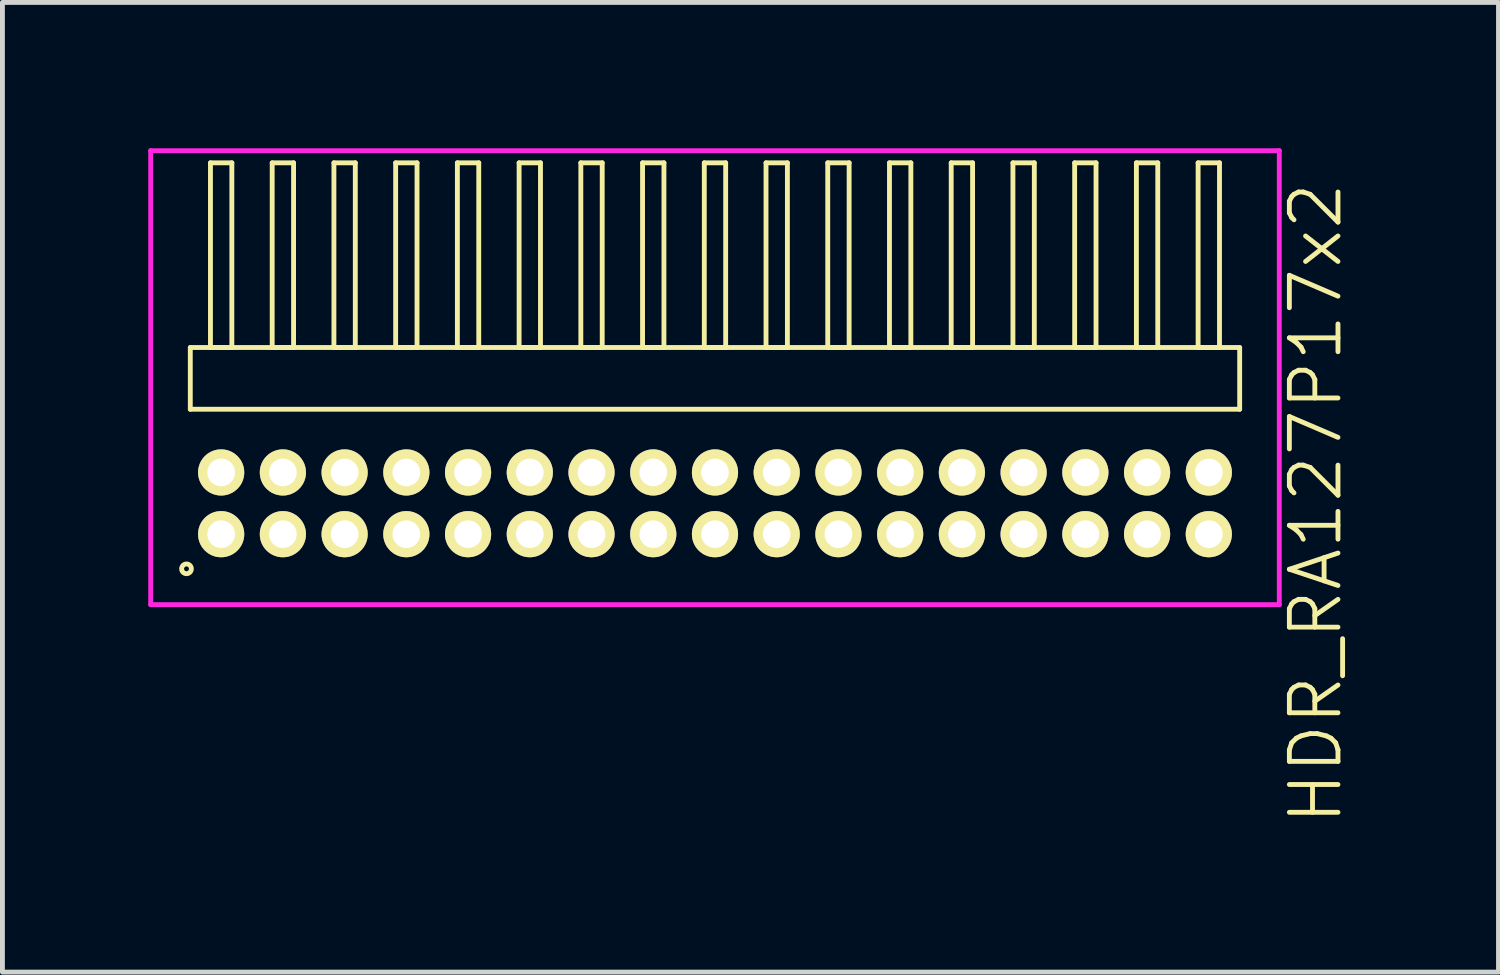
<source format=kicad_pcb>
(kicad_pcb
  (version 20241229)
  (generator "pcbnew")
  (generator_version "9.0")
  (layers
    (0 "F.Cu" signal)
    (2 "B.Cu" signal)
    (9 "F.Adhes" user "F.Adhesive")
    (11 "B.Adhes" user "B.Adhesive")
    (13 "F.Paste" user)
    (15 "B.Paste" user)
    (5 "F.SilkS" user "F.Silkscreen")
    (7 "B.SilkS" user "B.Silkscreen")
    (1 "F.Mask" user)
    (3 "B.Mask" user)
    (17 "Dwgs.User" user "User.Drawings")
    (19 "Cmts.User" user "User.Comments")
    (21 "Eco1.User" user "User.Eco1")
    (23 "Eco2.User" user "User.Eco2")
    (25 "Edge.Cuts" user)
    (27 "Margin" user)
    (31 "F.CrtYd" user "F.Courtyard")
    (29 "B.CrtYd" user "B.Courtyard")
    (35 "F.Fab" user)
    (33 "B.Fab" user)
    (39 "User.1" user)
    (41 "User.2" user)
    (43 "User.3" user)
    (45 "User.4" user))
  (footprint "HDR_RA127P17x2"
    (layer "F.Cu")
    (at 11.66 7.305)
    (property "Reference" "HDR_RA127P17x2" (at 12.36 0 90) (layer "F.SilkS") (effects (font (size 1 1) (thickness 0.1))))
    (attr through_hole)
    (fp_line (start -10.795 -3.205) (end -10.795 -1.935) (stroke (width 0.1) (type solid)) (layer "F.SilkS"))
    (fp_line (start -10.795 -1.935) (end 10.795 -1.935) (stroke (width 0.1) (type solid)) (layer "F.SilkS"))
    (fp_line (start -10.38 -7.005) (end -10.38 -3.205) (stroke (width 0.1) (type solid)) (layer "F.SilkS"))
    (fp_line (start -10.38 -3.205) (end -9.94 -3.205) (stroke (width 0.1) (type solid)) (layer "F.SilkS"))
    (fp_line (start -9.94 -7.005) (end -10.38 -7.005) (stroke (width 0.1) (type solid)) (layer "F.SilkS"))
    (fp_line (start -9.94 -3.205) (end -9.94 -7.005) (stroke (width 0.1) (type solid)) (layer "F.SilkS"))
    (fp_line (start -9.11 -7.005) (end -9.11 -3.205) (stroke (width 0.1) (type solid)) (layer "F.SilkS"))
    (fp_line (start -9.11 -3.205) (end -8.67 -3.205) (stroke (width 0.1) (type solid)) (layer "F.SilkS"))
    (fp_line (start -8.67 -7.005) (end -9.11 -7.005) (stroke (width 0.1) (type solid)) (layer "F.SilkS"))
    (fp_line (start -8.67 -3.205) (end -8.67 -7.005) (stroke (width 0.1) (type solid)) (layer "F.SilkS"))
    (fp_line (start -7.84 -7.005) (end -7.84 -3.205) (stroke (width 0.1) (type solid)) (layer "F.SilkS"))
    (fp_line (start -7.84 -3.205) (end -7.4 -3.205) (stroke (width 0.1) (type solid)) (layer "F.SilkS"))
    (fp_line (start -7.4 -7.005) (end -7.84 -7.005) (stroke (width 0.1) (type solid)) (layer "F.SilkS"))
    (fp_line (start -7.4 -3.205) (end -7.4 -7.005) (stroke (width 0.1) (type solid)) (layer "F.SilkS"))
    (fp_line (start -6.57 -7.005) (end -6.57 -3.205) (stroke (width 0.1) (type solid)) (layer "F.SilkS"))
    (fp_line (start -6.57 -3.205) (end -6.13 -3.205) (stroke (width 0.1) (type solid)) (layer "F.SilkS"))
    (fp_line (start -6.13 -7.005) (end -6.57 -7.005) (stroke (width 0.1) (type solid)) (layer "F.SilkS"))
    (fp_line (start -6.13 -3.205) (end -6.13 -7.005) (stroke (width 0.1) (type solid)) (layer "F.SilkS"))
    (fp_line (start -5.3 -7.005) (end -5.3 -3.205) (stroke (width 0.1) (type solid)) (layer "F.SilkS"))
    (fp_line (start -5.3 -3.205) (end -4.86 -3.205) (stroke (width 0.1) (type solid)) (layer "F.SilkS"))
    (fp_line (start -4.86 -7.005) (end -5.3 -7.005) (stroke (width 0.1) (type solid)) (layer "F.SilkS"))
    (fp_line (start -4.86 -3.205) (end -4.86 -7.005) (stroke (width 0.1) (type solid)) (layer "F.SilkS"))
    (fp_line (start -4.03 -7.005) (end -4.03 -3.205) (stroke (width 0.1) (type solid)) (layer "F.SilkS"))
    (fp_line (start -4.03 -3.205) (end -3.59 -3.205) (stroke (width 0.1) (type solid)) (layer "F.SilkS"))
    (fp_line (start -3.59 -7.005) (end -4.03 -7.005) (stroke (width 0.1) (type solid)) (layer "F.SilkS"))
    (fp_line (start -3.59 -3.205) (end -3.59 -7.005) (stroke (width 0.1) (type solid)) (layer "F.SilkS"))
    (fp_line (start -2.76 -7.005) (end -2.76 -3.205) (stroke (width 0.1) (type solid)) (layer "F.SilkS"))
    (fp_line (start -2.76 -3.205) (end -2.32 -3.205) (stroke (width 0.1) (type solid)) (layer "F.SilkS"))
    (fp_line (start -2.32 -7.005) (end -2.76 -7.005) (stroke (width 0.1) (type solid)) (layer "F.SilkS"))
    (fp_line (start -2.32 -3.205) (end -2.32 -7.005) (stroke (width 0.1) (type solid)) (layer "F.SilkS"))
    (fp_line (start -1.49 -7.005) (end -1.49 -3.205) (stroke (width 0.1) (type solid)) (layer "F.SilkS"))
    (fp_line (start -1.49 -3.205) (end -1.05 -3.205) (stroke (width 0.1) (type solid)) (layer "F.SilkS"))
    (fp_line (start -1.05 -7.005) (end -1.49 -7.005) (stroke (width 0.1) (type solid)) (layer "F.SilkS"))
    (fp_line (start -1.05 -3.205) (end -1.05 -7.005) (stroke (width 0.1) (type solid)) (layer "F.SilkS"))
    (fp_line (start -0.22 -7.005) (end -0.22 -3.205) (stroke (width 0.1) (type solid)) (layer "F.SilkS"))
    (fp_line (start -0.22 -3.205) (end 0.22 -3.205) (stroke (width 0.1) (type solid)) (layer "F.SilkS"))
    (fp_line (start 0.22 -7.005) (end -0.22 -7.005) (stroke (width 0.1) (type solid)) (layer "F.SilkS"))
    (fp_line (start 0.22 -3.205) (end 0.22 -7.005) (stroke (width 0.1) (type solid)) (layer "F.SilkS"))
    (fp_line (start 1.05 -7.005) (end 1.05 -3.205) (stroke (width 0.1) (type solid)) (layer "F.SilkS"))
    (fp_line (start 1.05 -3.205) (end 1.49 -3.205) (stroke (width 0.1) (type solid)) (layer "F.SilkS"))
    (fp_line (start 1.49 -7.005) (end 1.05 -7.005) (stroke (width 0.1) (type solid)) (layer "F.SilkS"))
    (fp_line (start 1.49 -3.205) (end 1.49 -7.005) (stroke (width 0.1) (type solid)) (layer "F.SilkS"))
    (fp_line (start 2.32 -7.005) (end 2.32 -3.205) (stroke (width 0.1) (type solid)) (layer "F.SilkS"))
    (fp_line (start 2.32 -3.205) (end 2.76 -3.205) (stroke (width 0.1) (type solid)) (layer "F.SilkS"))
    (fp_line (start 2.76 -7.005) (end 2.32 -7.005) (stroke (width 0.1) (type solid)) (layer "F.SilkS"))
    (fp_line (start 2.76 -3.205) (end 2.76 -7.005) (stroke (width 0.1) (type solid)) (layer "F.SilkS"))
    (fp_line (start 3.59 -7.005) (end 3.59 -3.205) (stroke (width 0.1) (type solid)) (layer "F.SilkS"))
    (fp_line (start 3.59 -3.205) (end 4.03 -3.205) (stroke (width 0.1) (type solid)) (layer "F.SilkS"))
    (fp_line (start 4.03 -7.005) (end 3.59 -7.005) (stroke (width 0.1) (type solid)) (layer "F.SilkS"))
    (fp_line (start 4.03 -3.205) (end 4.03 -7.005) (stroke (width 0.1) (type solid)) (layer "F.SilkS"))
    (fp_line (start 4.86 -7.005) (end 4.86 -3.205) (stroke (width 0.1) (type solid)) (layer "F.SilkS"))
    (fp_line (start 4.86 -3.205) (end 5.3 -3.205) (stroke (width 0.1) (type solid)) (layer "F.SilkS"))
    (fp_line (start 5.3 -7.005) (end 4.86 -7.005) (stroke (width 0.1) (type solid)) (layer "F.SilkS"))
    (fp_line (start 5.3 -3.205) (end 5.3 -7.005) (stroke (width 0.1) (type solid)) (layer "F.SilkS"))
    (fp_line (start 6.13 -7.005) (end 6.13 -3.205) (stroke (width 0.1) (type solid)) (layer "F.SilkS"))
    (fp_line (start 6.13 -3.205) (end 6.57 -3.205) (stroke (width 0.1) (type solid)) (layer "F.SilkS"))
    (fp_line (start 6.57 -7.005) (end 6.13 -7.005) (stroke (width 0.1) (type solid)) (layer "F.SilkS"))
    (fp_line (start 6.57 -3.205) (end 6.57 -7.005) (stroke (width 0.1) (type solid)) (layer "F.SilkS"))
    (fp_line (start 7.4 -7.005) (end 7.4 -3.205) (stroke (width 0.1) (type solid)) (layer "F.SilkS"))
    (fp_line (start 7.4 -3.205) (end 7.84 -3.205) (stroke (width 0.1) (type solid)) (layer "F.SilkS"))
    (fp_line (start 7.84 -7.005) (end 7.4 -7.005) (stroke (width 0.1) (type solid)) (layer "F.SilkS"))
    (fp_line (start 7.84 -3.205) (end 7.84 -7.005) (stroke (width 0.1) (type solid)) (layer "F.SilkS"))
    (fp_line (start 8.67 -7.005) (end 8.67 -3.205) (stroke (width 0.1) (type solid)) (layer "F.SilkS"))
    (fp_line (start 8.67 -3.205) (end 9.11 -3.205) (stroke (width 0.1) (type solid)) (layer "F.SilkS"))
    (fp_line (start 9.11 -7.005) (end 8.67 -7.005) (stroke (width 0.1) (type solid)) (layer "F.SilkS"))
    (fp_line (start 9.11 -3.205) (end 9.11 -7.005) (stroke (width 0.1) (type solid)) (layer "F.SilkS"))
    (fp_line (start 9.94 -7.005) (end 9.94 -3.205) (stroke (width 0.1) (type solid)) (layer "F.SilkS"))
    (fp_line (start 9.94 -3.205) (end 10.38 -3.205) (stroke (width 0.1) (type solid)) (layer "F.SilkS"))
    (fp_line (start 10.38 -7.005) (end 9.94 -7.005) (stroke (width 0.1) (type solid)) (layer "F.SilkS"))
    (fp_line (start 10.38 -3.205) (end 10.38 -7.005) (stroke (width 0.1) (type solid)) (layer "F.SilkS"))
    (fp_line (start 10.795 -3.205) (end -10.795 -3.205) (stroke (width 0.1) (type solid)) (layer "F.SilkS"))
    (fp_line (start 10.795 -1.935) (end 10.795 -3.205) (stroke (width 0.1) (type solid)) (layer "F.SilkS"))
    (fp_circle (center -10.873 1.348) (end -10.773 1.348) (stroke (width 0.1) (type solid)) (fill no) (layer "F.SilkS"))
    (fp_line (start -11.61 -7.255) (end -11.61 2.085) (stroke (width 0.1) (type solid)) (layer "F.CrtYd"))
    (fp_line (start -11.61 2.085) (end 11.61 2.085) (stroke (width 0.1) (type solid)) (layer "F.CrtYd"))
    (fp_line (start 11.61 -7.255) (end -11.61 -7.255) (stroke (width 0.1) (type solid)) (layer "F.CrtYd"))
    (fp_line (start 11.61 2.085) (end 11.61 -7.255) (stroke (width 0.1) (type solid)) (layer "F.CrtYd"))
    (pad "1" thru_hole oval (at -10.16 0.635) (size 0.95 0.95) (drill 0.57) (layers "*.Cu" "*.Mask" "F.SilkS"))
    (pad "2" thru_hole oval (at -10.16 -0.635) (size 0.95 0.95) (drill 0.57) (layers "*.Cu" "*.Mask" "F.SilkS"))
    (pad "3" thru_hole oval (at -8.89 0.635) (size 0.95 0.95) (drill 0.57) (layers "*.Cu" "*.Mask" "F.SilkS"))
    (pad "4" thru_hole oval (at -8.89 -0.635) (size 0.95 0.95) (drill 0.57) (layers "*.Cu" "*.Mask" "F.SilkS"))
    (pad "5" thru_hole oval (at -7.62 0.635) (size 0.95 0.95) (drill 0.57) (layers "*.Cu" "*.Mask" "F.SilkS"))
    (pad "6" thru_hole oval (at -7.62 -0.635) (size 0.95 0.95) (drill 0.57) (layers "*.Cu" "*.Mask" "F.SilkS"))
    (pad "7" thru_hole oval (at -6.35 0.635) (size 0.95 0.95) (drill 0.57) (layers "*.Cu" "*.Mask" "F.SilkS"))
    (pad "8" thru_hole oval (at -6.35 -0.635) (size 0.95 0.95) (drill 0.57) (layers "*.Cu" "*.Mask" "F.SilkS"))
    (pad "9" thru_hole oval (at -5.08 0.635) (size 0.95 0.95) (drill 0.57) (layers "*.Cu" "*.Mask" "F.SilkS"))
    (pad "10" thru_hole oval (at -5.08 -0.635) (size 0.95 0.95) (drill 0.57) (layers "*.Cu" "*.Mask" "F.SilkS"))
    (pad "11" thru_hole oval (at -3.81 0.635) (size 0.95 0.95) (drill 0.57) (layers "*.Cu" "*.Mask" "F.SilkS"))
    (pad "12" thru_hole oval (at -3.81 -0.635) (size 0.95 0.95) (drill 0.57) (layers "*.Cu" "*.Mask" "F.SilkS"))
    (pad "13" thru_hole oval (at -2.54 0.635) (size 0.95 0.95) (drill 0.57) (layers "*.Cu" "*.Mask" "F.SilkS"))
    (pad "14" thru_hole oval (at -2.54 -0.635) (size 0.95 0.95) (drill 0.57) (layers "*.Cu" "*.Mask" "F.SilkS"))
    (pad "15" thru_hole oval (at -1.27 0.635) (size 0.95 0.95) (drill 0.57) (layers "*.Cu" "*.Mask" "F.SilkS"))
    (pad "16" thru_hole oval (at -1.27 -0.635) (size 0.95 0.95) (drill 0.57) (layers "*.Cu" "*.Mask" "F.SilkS"))
    (pad "17" thru_hole oval (at 0 0.635) (size 0.95 0.95) (drill 0.57) (layers "*.Cu" "*.Mask" "F.SilkS"))
    (pad "18" thru_hole oval (at 0 -0.635) (size 0.95 0.95) (drill 0.57) (layers "*.Cu" "*.Mask" "F.SilkS"))
    (pad "19" thru_hole oval (at 1.27 0.635) (size 0.95 0.95) (drill 0.57) (layers "*.Cu" "*.Mask" "F.SilkS"))
    (pad "20" thru_hole oval (at 1.27 -0.635) (size 0.95 0.95) (drill 0.57) (layers "*.Cu" "*.Mask" "F.SilkS"))
    (pad "21" thru_hole oval (at 2.54 0.635) (size 0.95 0.95) (drill 0.57) (layers "*.Cu" "*.Mask" "F.SilkS"))
    (pad "22" thru_hole oval (at 2.54 -0.635) (size 0.95 0.95) (drill 0.57) (layers "*.Cu" "*.Mask" "F.SilkS"))
    (pad "23" thru_hole oval (at 3.81 0.635) (size 0.95 0.95) (drill 0.57) (layers "*.Cu" "*.Mask" "F.SilkS"))
    (pad "24" thru_hole oval (at 3.81 -0.635) (size 0.95 0.95) (drill 0.57) (layers "*.Cu" "*.Mask" "F.SilkS"))
    (pad "25" thru_hole oval (at 5.08 0.635) (size 0.95 0.95) (drill 0.57) (layers "*.Cu" "*.Mask" "F.SilkS"))
    (pad "26" thru_hole oval (at 5.08 -0.635) (size 0.95 0.95) (drill 0.57) (layers "*.Cu" "*.Mask" "F.SilkS"))
    (pad "27" thru_hole oval (at 6.35 0.635) (size 0.95 0.95) (drill 0.57) (layers "*.Cu" "*.Mask" "F.SilkS"))
    (pad "28" thru_hole oval (at 6.35 -0.635) (size 0.95 0.95) (drill 0.57) (layers "*.Cu" "*.Mask" "F.SilkS"))
    (pad "29" thru_hole oval (at 7.62 0.635) (size 0.95 0.95) (drill 0.57) (layers "*.Cu" "*.Mask" "F.SilkS"))
    (pad "30" thru_hole oval (at 7.62 -0.635) (size 0.95 0.95) (drill 0.57) (layers "*.Cu" "*.Mask" "F.SilkS"))
    (pad "31" thru_hole oval (at 8.89 0.635) (size 0.95 0.95) (drill 0.57) (layers "*.Cu" "*.Mask" "F.SilkS"))
    (pad "32" thru_hole oval (at 8.89 -0.635) (size 0.95 0.95) (drill 0.57) (layers "*.Cu" "*.Mask" "F.SilkS"))
    (pad "33" thru_hole oval (at 10.16 0.635) (size 0.95 0.95) (drill 0.57) (layers "*.Cu" "*.Mask" "F.SilkS"))
    (pad "34" thru_hole oval (at 10.16 -0.635) (size 0.95 0.95) (drill 0.57) (layers "*.Cu" "*.Mask" "F.SilkS")))
  (gr_rect
    (start -3 -3)
    (end 27.78 16.95)
    (stroke (width 0.1) (type default))
    (fill no)
    (layer "Edge.Cuts")))
</source>
